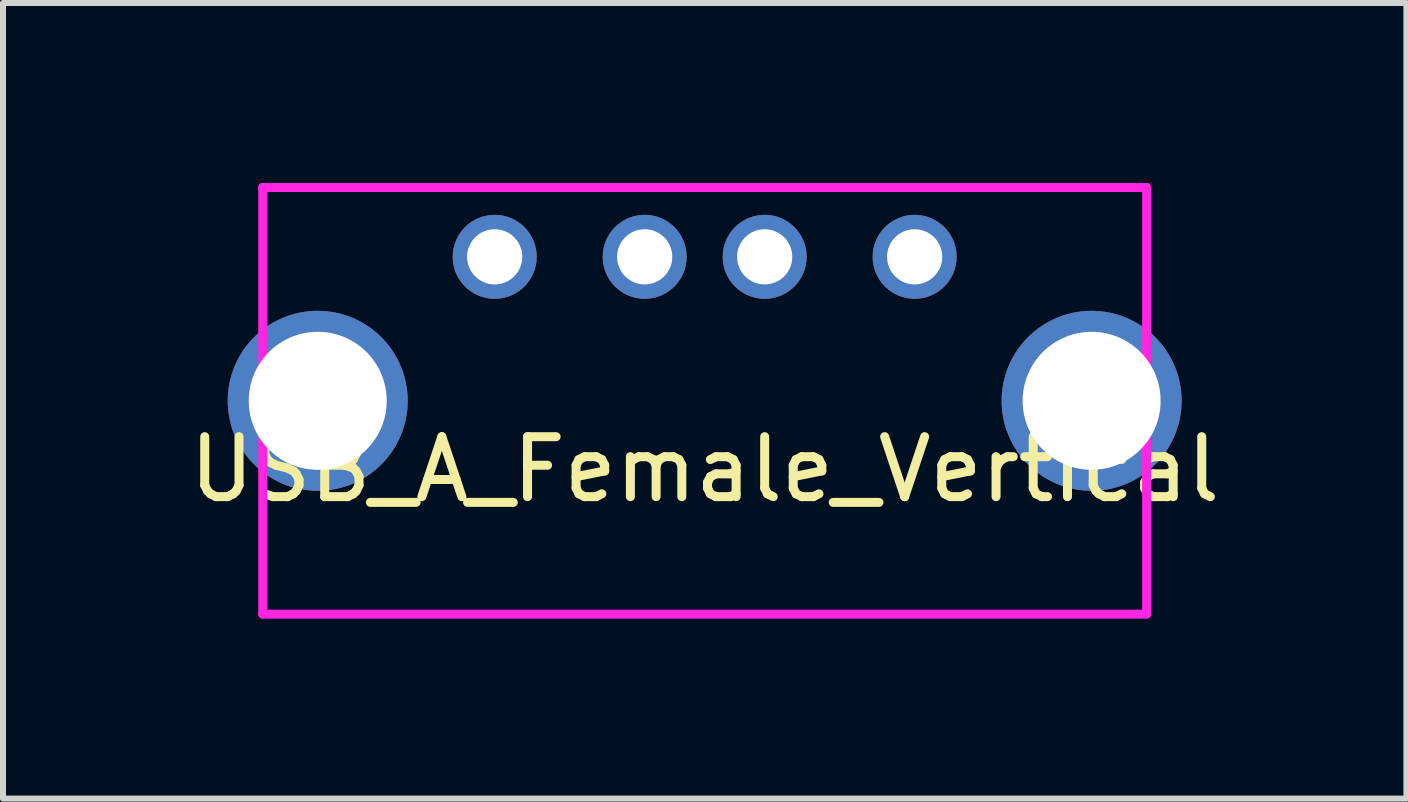
<source format=kicad_pcb>
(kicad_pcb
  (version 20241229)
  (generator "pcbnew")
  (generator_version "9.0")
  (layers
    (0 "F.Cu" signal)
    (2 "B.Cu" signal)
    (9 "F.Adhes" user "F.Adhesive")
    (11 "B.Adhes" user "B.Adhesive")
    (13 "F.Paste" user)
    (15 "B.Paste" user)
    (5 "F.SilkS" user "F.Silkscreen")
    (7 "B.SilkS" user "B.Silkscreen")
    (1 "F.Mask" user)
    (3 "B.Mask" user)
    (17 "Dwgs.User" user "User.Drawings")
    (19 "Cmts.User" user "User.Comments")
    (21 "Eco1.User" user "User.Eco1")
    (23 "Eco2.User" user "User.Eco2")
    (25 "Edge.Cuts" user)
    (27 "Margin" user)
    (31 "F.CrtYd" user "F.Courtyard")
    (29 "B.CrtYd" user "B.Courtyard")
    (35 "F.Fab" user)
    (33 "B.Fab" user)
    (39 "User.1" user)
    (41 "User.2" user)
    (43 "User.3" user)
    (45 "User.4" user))
  (footprint "USB_A_Female_Vertical"
    (layer "F.Cu")
    (at 8.696 3.631)
    (property "Reference" "USB_A_Female_Vertical" (at 0 1.143 0) (layer "F.SilkS") (effects (font (size 1 1) (thickness 0.15))))
    (attr through_hole)
    (fp_line (start -7.366 -3.556) (end -7.366 3.556) (stroke (width 0.15) (type solid)) (layer "F.CrtYd"))
    (fp_line (start -7.366 3.556) (end 7.366 3.556) (stroke (width 0.15) (type solid)) (layer "F.CrtYd"))
    (fp_line (start 7.366 -3.556) (end -7.366 -3.556) (stroke (width 0.15) (type solid)) (layer "F.CrtYd"))
    (fp_line (start 7.366 3.556) (end 7.366 -3.556) (stroke (width 0.15) (type solid)) (layer "F.CrtYd"))
    (pad "1" thru_hole circle (at -3.5 -2.4) (size 1.4 1.4) (drill 0.92) (layers "*.Cu" "*.Mask"))
    (pad "2" thru_hole circle (at -1 -2.4) (size 1.4 1.4) (drill 0.92) (layers "*.Cu" "*.Mask"))
    (pad "3" thru_hole circle (at 1 -2.4) (size 1.4 1.4) (drill 0.92) (layers "*.Cu" "*.Mask"))
    (pad "4" thru_hole circle (at 3.5 -2.4) (size 1.4 1.4) (drill 0.92) (layers "*.Cu" "*.Mask"))
    (pad "5" thru_hole circle (at -6.45 0) (size 3 3) (drill 2.3) (layers "*.Cu" "*.Mask"))
    (pad "5" thru_hole circle (at 6.45 0) (size 3 3) (drill 2.3) (layers "*.Cu" "*.Mask")))
  (gr_rect
    (start -3 -3)
    (end 20.393 10.262)
    (stroke (width 0.1) (type default))
    (fill no)
    (layer "Edge.Cuts")))
</source>
